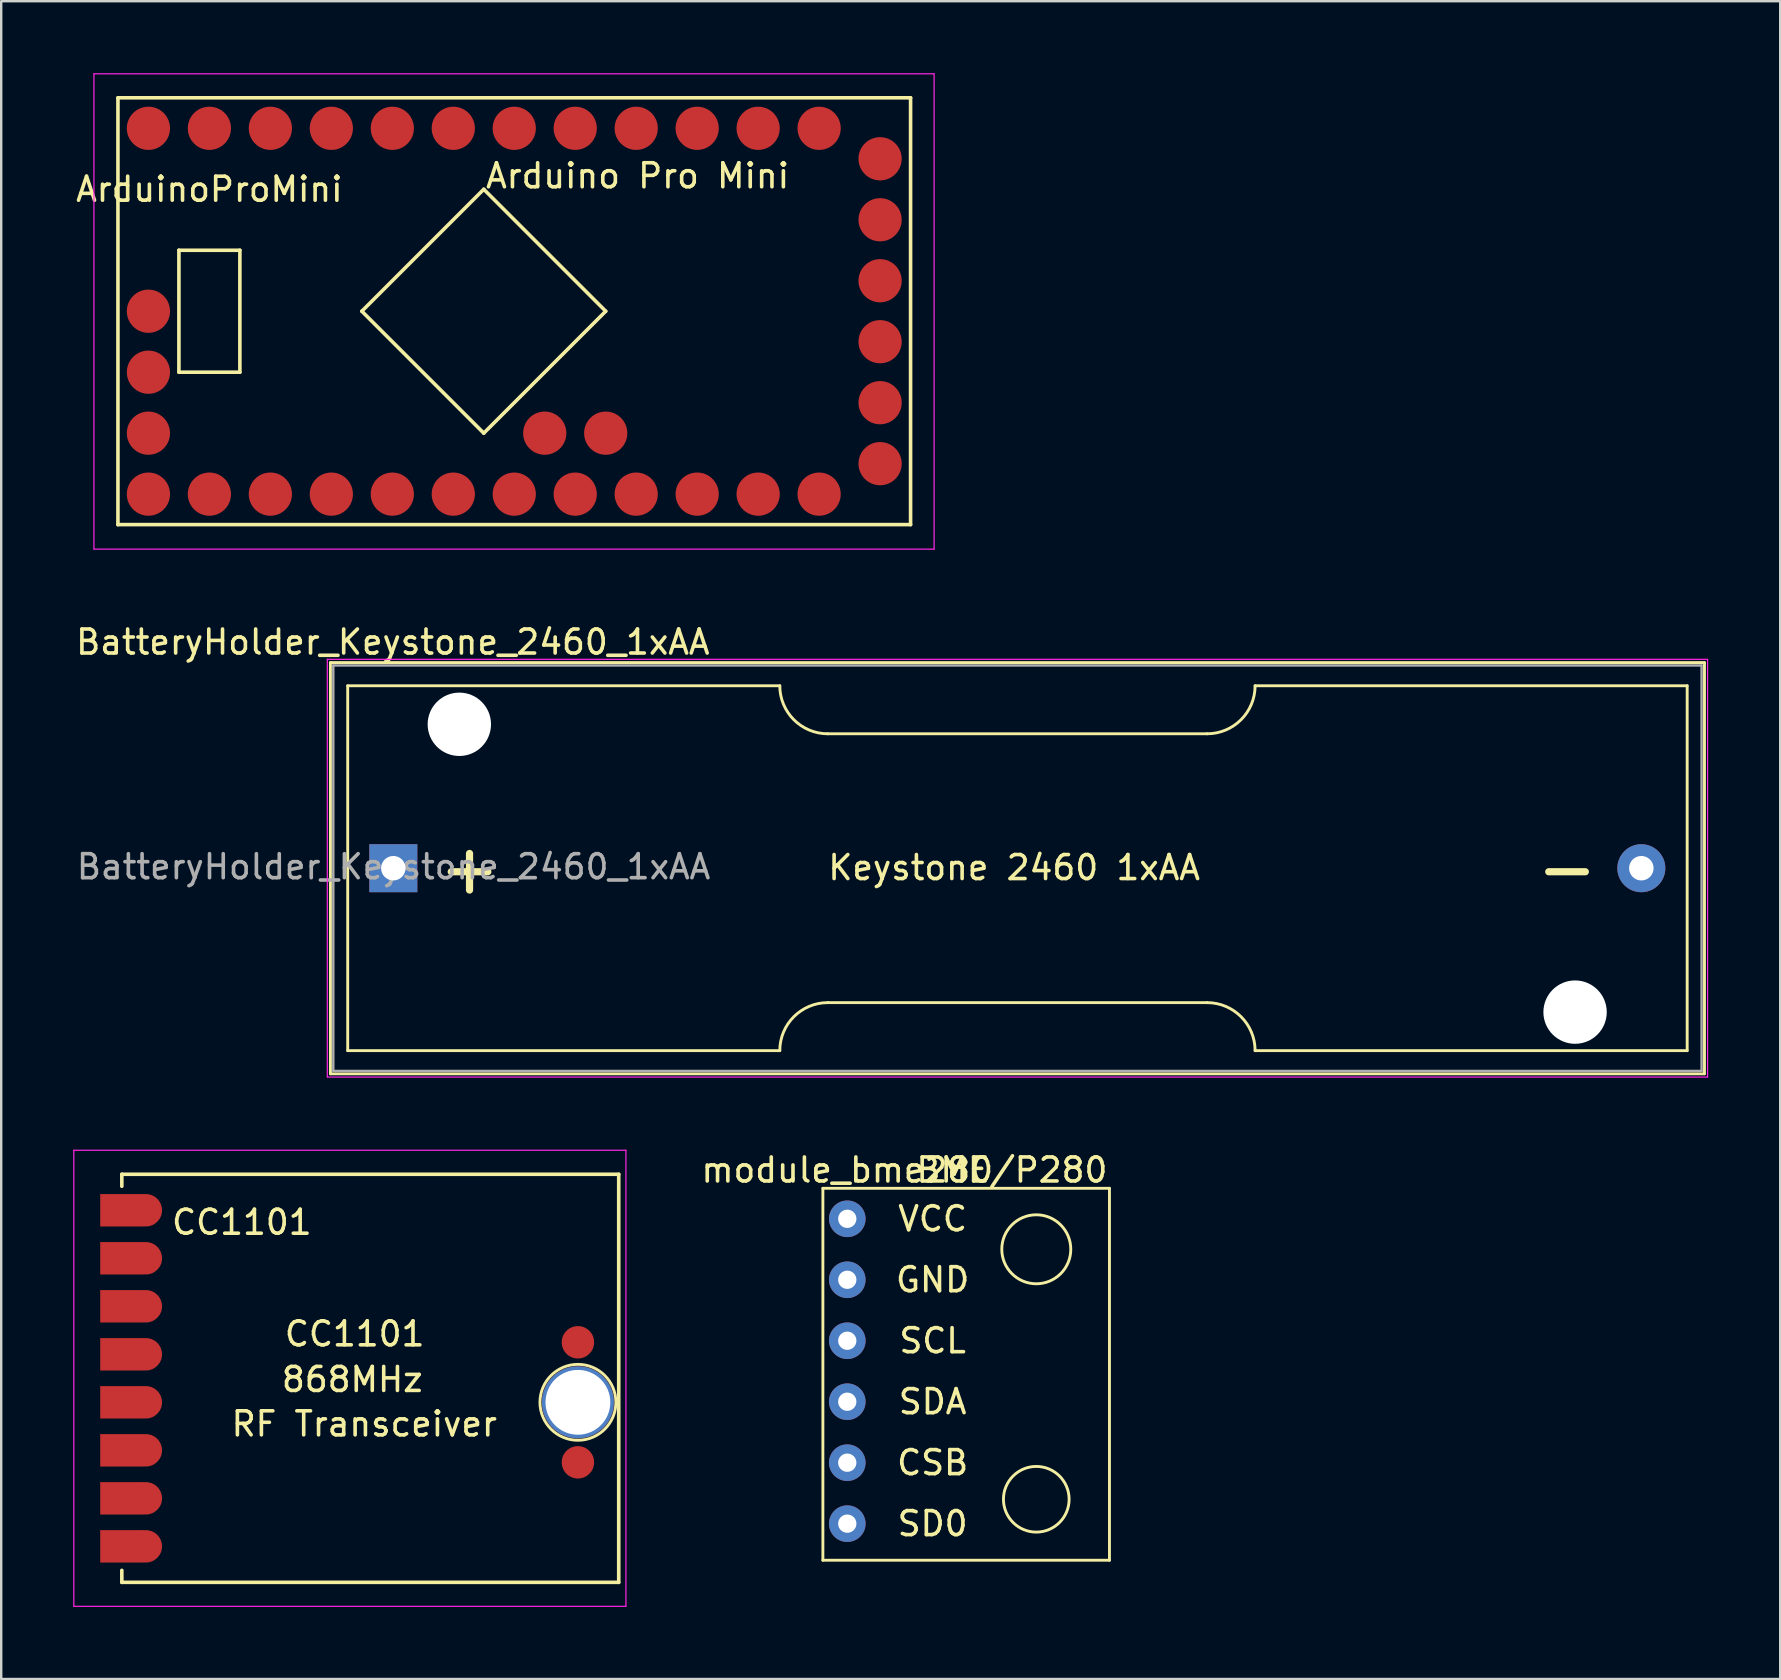
<source format=kicad_pcb>
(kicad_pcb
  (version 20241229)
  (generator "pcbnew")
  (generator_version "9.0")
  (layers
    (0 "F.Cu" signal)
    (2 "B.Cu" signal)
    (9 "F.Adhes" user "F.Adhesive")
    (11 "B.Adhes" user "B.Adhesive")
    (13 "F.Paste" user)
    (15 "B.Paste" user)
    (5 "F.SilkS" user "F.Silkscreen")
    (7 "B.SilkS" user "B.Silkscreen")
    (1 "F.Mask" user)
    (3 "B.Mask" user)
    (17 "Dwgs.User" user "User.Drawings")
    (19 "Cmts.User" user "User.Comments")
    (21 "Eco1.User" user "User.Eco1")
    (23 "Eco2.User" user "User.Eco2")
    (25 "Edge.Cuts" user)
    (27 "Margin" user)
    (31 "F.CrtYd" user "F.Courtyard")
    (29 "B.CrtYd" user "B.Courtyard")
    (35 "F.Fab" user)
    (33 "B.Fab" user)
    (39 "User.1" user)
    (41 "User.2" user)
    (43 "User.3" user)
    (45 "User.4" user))
  (footprint "CC1101"
    (layer "F.Cu")
    (at 0.525 45.868)
    (property "Reference" "CC1101" (at 6.5 2 0) (layer "F.SilkS") (effects (font (size 1 1) (thickness 0.15))))
    (attr through_hole)
    (fp_line (start 1.5 0) (end 1.5 0.5) (stroke (width 0.15) (type solid)) (layer "F.SilkS"))
    (fp_line (start 1.5 0) (end 22.2 0) (stroke (width 0.15) (type solid)) (layer "F.SilkS"))
    (fp_line (start 1.5 17) (end 1.5 16.5) (stroke (width 0.15) (type solid)) (layer "F.SilkS"))
    (fp_line (start 22.2 0) (end 22.2 17) (stroke (width 0.15) (type solid)) (layer "F.SilkS"))
    (fp_line (start 22.2 17) (end 1.5 17) (stroke (width 0.15) (type solid)) (layer "F.SilkS"))
    (fp_circle (center 20.5 9.5) (end 21.4 8.2) (stroke (width 0.12) (type solid)) (fill no) (layer "F.SilkS"))
    (fp_circle (center 20.5 9.5) (end 21.625 9.5) (stroke (width 0.15) (type solid)) (fill no) (layer "Cmts.User"))
    (fp_line (start -0.5 -1) (end 22.5 -1) (stroke (width 0.05) (type solid)) (layer "F.CrtYd"))
    (fp_line (start -0.5 18) (end -0.5 -1) (stroke (width 0.05) (type solid)) (layer "F.CrtYd"))
    (fp_line (start 22.5 -1) (end 22.5 18) (stroke (width 0.05) (type solid)) (layer "F.CrtYd"))
    (fp_line (start 22.5 18) (end -0.5 18) (stroke (width 0.05) (type solid)) (layer "F.CrtYd"))
    (fp_text user "868MHz" (at 11.1 8.55 0) (layer "F.SilkS") (effects (font (size 1 1) (thickness 0.15))))
    (fp_text user "RF Transceiver" (at 11.6 10.4 0) (layer "F.SilkS") (effects (font (size 1 1) (thickness 0.15))))
    (fp_text user "CC1101" (at 11.2 6.65 0) (layer "F.SilkS") (effects (font (size 1 1) (thickness 0.15))))
    (pad "1A" smd circle (at 20.5 7) (size 1.35 1.35) (layers "F.Cu" "F.Mask" "F.Paste"))
    (pad "1C" connect rect (at 1.5 1.5) (size 1.8 1.35) (layers "F.Cu" "F.Mask"))
    (pad "1C" smd circle (at 2.5 1.5) (size 1.35 1.35) (layers "F.Cu" "F.Mask" "F.Paste"))
    (pad "2A" thru_hole circle (at 20.5 9.5) (size 3 3) (drill 2.7) (layers "*.Cu" "*.Mask"))
    (pad "2C" connect rect (at 1.5 3.5) (size 1.8 1.35) (layers "F.Cu" "F.Mask"))
    (pad "2C" smd circle (at 2.5 3.5) (size 1.35 1.35) (layers "F.Cu" "F.Mask" "F.Paste"))
    (pad "3A" smd circle (at 20.5 12) (size 1.35 1.35) (layers "F.Cu" "F.Mask" "F.Paste"))
    (pad "3C" connect rect (at 1.5 5.5) (size 1.8 1.35) (layers "F.Cu" "F.Mask"))
    (pad "3C" smd circle (at 2.5 5.5) (size 1.35 1.35) (layers "F.Cu" "F.Mask" "F.Paste"))
    (pad "4C" connect rect (at 1.5 7.5) (size 1.8 1.35) (layers "F.Cu" "F.Mask"))
    (pad "4C" smd circle (at 2.5 7.5) (size 1.35 1.35) (layers "F.Cu" "F.Mask" "F.Paste"))
    (pad "5C" connect rect (at 1.5 9.5) (size 1.8 1.35) (layers "F.Cu" "F.Mask"))
    (pad "5C" smd circle (at 2.5 9.5) (size 1.35 1.35) (layers "F.Cu" "F.Mask" "F.Paste"))
    (pad "6C" connect rect (at 1.5 11.5) (size 1.8 1.35) (layers "F.Cu" "F.Mask"))
    (pad "6C" smd circle (at 2.5 11.5) (size 1.35 1.35) (layers "F.Cu" "F.Mask" "F.Paste"))
    (pad "7C" connect rect (at 1.5 13.5) (size 1.8 1.35) (layers "F.Cu" "F.Mask"))
    (pad "7C" smd circle (at 2.5 13.5) (size 1.35 1.35) (layers "F.Cu" "F.Mask" "F.Paste"))
    (pad "8C" connect rect (at 1.5 15.5) (size 1.8 1.35) (layers "F.Cu" "F.Mask"))
    (pad "8C" smd circle (at 2.5 15.5) (size 1.35 1.35) (layers "F.Cu" "F.Mask" "F.Paste")))
  (footprint "ArduinoProMini"
    (layer "F.Cu")
    (at 1.863 1.025)
    (property "Reference" "ArduinoProMini" (at 3.81 3.81 0) (layer "F.SilkS") (effects (font (size 1 1) (thickness 0.15))))
    (attr through_hole)
    (fp_line (start 0 0) (end 0 17.78) (stroke (width 0.15) (type solid)) (layer "F.SilkS"))
    (fp_line (start 0 17.78) (end 33.02 17.78) (stroke (width 0.15) (type solid)) (layer "F.SilkS"))
    (fp_line (start 2.54 6.35) (end 2.54 11.43) (stroke (width 0.15) (type solid)) (layer "F.SilkS"))
    (fp_line (start 2.54 11.43) (end 5.08 11.43) (stroke (width 0.15) (type solid)) (layer "F.SilkS"))
    (fp_line (start 5.08 6.35) (end 2.54 6.35) (stroke (width 0.15) (type solid)) (layer "F.SilkS"))
    (fp_line (start 5.08 11.43) (end 5.08 6.35) (stroke (width 0.15) (type solid)) (layer "F.SilkS"))
    (fp_line (start 10.16 8.89) (end 15.24 13.97) (stroke (width 0.15) (type solid)) (layer "F.SilkS"))
    (fp_line (start 15.24 3.81) (end 10.16 8.89) (stroke (width 0.15) (type solid)) (layer "F.SilkS"))
    (fp_line (start 15.24 13.97) (end 20.32 8.89) (stroke (width 0.15) (type solid)) (layer "F.SilkS"))
    (fp_line (start 20.32 8.89) (end 15.24 3.81) (stroke (width 0.15) (type solid)) (layer "F.SilkS"))
    (fp_line (start 33.02 0) (end 0 0) (stroke (width 0.15) (type solid)) (layer "F.SilkS"))
    (fp_line (start 33.02 17.78) (end 33.02 0) (stroke (width 0.15) (type solid)) (layer "F.SilkS"))
    (fp_line (start -1 -1) (end 34 -1) (stroke (width 0.05) (type solid)) (layer "F.CrtYd"))
    (fp_line (start -1 18.8) (end -1 -1) (stroke (width 0.05) (type solid)) (layer "F.CrtYd"))
    (fp_line (start 34 -1) (end 34 18.8) (stroke (width 0.05) (type solid)) (layer "F.CrtYd"))
    (fp_line (start 34 18.8) (end -1 18.8) (stroke (width 0.05) (type solid)) (layer "F.CrtYd"))
    (fp_text user "Arduino Pro Mini" (at 21.65 3.25 0) (layer "F.SilkS") (effects (font (size 1 1) (thickness 0.15))))
    (pad "1A" smd circle (at 29.21 16.51) (size 1.8 1.8) (layers "F.Cu" "F.Mask" "F.Paste"))
    (pad "1B" smd circle (at 1.27 8.89) (size 1.8 1.8) (layers "F.Cu" "F.Mask" "F.Paste"))
    (pad "1C" smd circle (at 29.21 1.27) (size 1.8 1.8) (layers "F.Cu" "F.Mask" "F.Paste"))
    (pad "1D" smd circle (at 31.75 2.54) (size 1.8 1.8) (layers "F.Cu" "F.Mask" "F.Paste"))
    (pad "1E" smd circle (at 20.32 13.97) (size 1.8 1.8) (layers "F.Cu" "F.Mask" "F.Paste"))
    (pad "2A" smd circle (at 26.67 16.51) (size 1.8 1.8) (layers "F.Cu" "F.Mask" "F.Paste"))
    (pad "2B" smd circle (at 1.27 11.43) (size 1.8 1.8) (layers "F.Cu" "F.Mask" "F.Paste"))
    (pad "2C" smd circle (at 26.67 1.27) (size 1.8 1.8) (layers "F.Cu" "F.Mask" "F.Paste"))
    (pad "2D" smd circle (at 31.75 5.08) (size 1.8 1.8) (layers "F.Cu" "F.Mask" "F.Paste"))
    (pad "2E" smd circle (at 17.78 13.97) (size 1.8 1.8) (layers "F.Cu" "F.Mask" "F.Paste"))
    (pad "3A" smd circle (at 24.13 16.51) (size 1.8 1.8) (layers "F.Cu" "F.Mask" "F.Paste"))
    (pad "3B" smd circle (at 1.27 13.97) (size 1.8 1.8) (layers "F.Cu" "F.Mask" "F.Paste"))
    (pad "3C" smd circle (at 24.13 1.27) (size 1.8 1.8) (layers "F.Cu" "F.Mask" "F.Paste"))
    (pad "3D" smd circle (at 31.75 7.62) (size 1.8 1.8) (layers "F.Cu" "F.Mask" "F.Paste"))
    (pad "4A" smd circle (at 21.59 16.51) (size 1.8 1.8) (layers "F.Cu" "F.Mask" "F.Paste"))
    (pad "4C" smd circle (at 21.59 1.27) (size 1.8 1.8) (layers "F.Cu" "F.Mask" "F.Paste"))
    (pad "4D" smd circle (at 31.75 10.16) (size 1.8 1.8) (layers "F.Cu" "F.Mask" "F.Paste"))
    (pad "5A" smd circle (at 19.05 16.51) (size 1.8 1.8) (layers "F.Cu" "F.Mask" "F.Paste"))
    (pad "5C" smd circle (at 19.05 1.27) (size 1.8 1.8) (layers "F.Cu" "F.Mask" "F.Paste"))
    (pad "5D" smd circle (at 31.75 12.7) (size 1.8 1.8) (layers "F.Cu" "F.Mask" "F.Paste"))
    (pad "6A" smd circle (at 16.51 16.51) (size 1.8 1.8) (layers "F.Cu" "F.Mask" "F.Paste"))
    (pad "6C" smd circle (at 16.51 1.27) (size 1.8 1.8) (layers "F.Cu" "F.Mask" "F.Paste"))
    (pad "6D" smd circle (at 31.75 15.24) (size 1.8 1.8) (layers "F.Cu" "F.Mask" "F.Paste"))
    (pad "7A" smd circle (at 13.97 16.51) (size 1.8 1.8) (layers "F.Cu" "F.Mask" "F.Paste"))
    (pad "7C" smd circle (at 13.97 1.27) (size 1.8 1.8) (layers "F.Cu" "F.Mask" "F.Paste"))
    (pad "8A" smd circle (at 11.43 16.51) (size 1.8 1.8) (layers "F.Cu" "F.Mask" "F.Paste"))
    (pad "8C" smd circle (at 11.43 1.27) (size 1.8 1.8) (layers "F.Cu" "F.Mask" "F.Paste"))
    (pad "9A" smd circle (at 8.89 16.51) (size 1.8 1.8) (layers "F.Cu" "F.Mask" "F.Paste"))
    (pad "9C" smd circle (at 8.89 1.27) (size 1.8 1.8) (layers "F.Cu" "F.Mask" "F.Paste"))
    (pad "10A" smd circle (at 6.35 16.51) (size 1.8 1.8) (layers "F.Cu" "F.Mask" "F.Paste"))
    (pad "10C" smd circle (at 6.35 1.27) (size 1.8 1.8) (layers "F.Cu" "F.Mask" "F.Paste"))
    (pad "11A" smd circle (at 3.81 16.51) (size 1.8 1.8) (layers "F.Cu" "F.Mask" "F.Paste"))
    (pad "11C" smd circle (at 3.81 1.27) (size 1.8 1.8) (layers "F.Cu" "F.Mask" "F.Paste"))
    (pad "12A" smd circle (at 1.27 16.51) (size 1.8 1.8) (layers "F.Cu" "F.Mask" "F.Paste"))
    (pad "12C" smd circle (at 1.27 1.27) (size 1.8 1.8) (layers "F.Cu" "F.Mask" "F.Paste")))
  (footprint "module_bme280"
    (layer "F.Cu")
    (at 37.326 60.169)
    (property "Reference" "module_bme280" (at -5.08 -14.478 0) (layer "F.SilkS") (effects (font (size 1 1) (thickness 0.15))))
    (attr through_hole)
    (fp_line (start -6.096 -13.716) (end -6.096 1.778) (stroke (width 0.12) (type solid)) (layer "F.SilkS"))
    (fp_line (start -6.096 1.778) (end 5.842 1.778) (stroke (width 0.12) (type solid)) (layer "F.SilkS"))
    (fp_line (start 5.842 -13.716) (end -6.096 -13.716) (stroke (width 0.12) (type solid)) (layer "F.SilkS"))
    (fp_line (start 5.842 1.778) (end 5.842 -13.716) (stroke (width 0.12) (type solid)) (layer "F.SilkS"))
    (fp_circle (center 2.794 -11.176) (end 3.81 -10.16) (stroke (width 0.12) (type solid)) (fill no) (layer "F.SilkS"))
    (fp_circle (center 2.794 -0.762) (end 3.302 0.508) (stroke (width 0.12) (type solid)) (fill no) (layer "F.SilkS"))
    (fp_text user "CSB" (at -1.524 -2.286 0) (layer "F.SilkS") (effects (font (size 1 1) (thickness 0.15))))
    (fp_text user "VCC" (at -1.524 -12.446 0) (layer "F.SilkS") (effects (font (size 1 1) (thickness 0.15))))
    (fp_text user "SD0" (at -1.524 0.254 0) (layer "F.SilkS") (effects (font (size 1 1) (thickness 0.15))))
    (fp_text user "BME/P280" (at 1.778 -14.478 0) (layer "F.SilkS") (effects (font (size 1 1) (thickness 0.15))))
    (fp_text user "SDA" (at -1.524 -4.826 0) (layer "F.SilkS") (effects (font (size 1 1) (thickness 0.15))))
    (fp_text user "GND" (at -1.524 -9.906 0) (layer "F.SilkS") (effects (font (size 1 1) (thickness 0.15))))
    (fp_text user "SCL" (at -1.524 -7.366 0) (layer "F.SilkS") (effects (font (size 1 1) (thickness 0.15))))
    (pad "1" thru_hole circle (at -5.08 -12.446) (size 1.524 1.524) (drill 0.762) (layers "*.Cu" "*.Mask"))
    (pad "2" thru_hole circle (at -5.08 -9.906) (size 1.524 1.524) (drill 0.762) (layers "*.Cu" "*.Mask"))
    (pad "3" thru_hole circle (at -5.08 -7.366) (size 1.524 1.524) (drill 0.762) (layers "*.Cu" "*.Mask"))
    (pad "4" thru_hole circle (at -5.08 -4.826) (size 1.524 1.524) (drill 0.762) (layers "*.Cu" "*.Mask"))
    (pad "5" thru_hole circle (at -5.08 -2.286) (size 1.524 1.524) (drill 0.762) (layers "*.Cu" "*.Mask"))
    (pad "6" thru_hole circle (at -5.08 0.254) (size 1.524 1.524) (drill 0.762) (layers "*.Cu" "*.Mask")))
  (footprint "BatteryHolder_Keystone_2460_1xAA"
    (layer "F.Cu")
    (at 13.335 33.118)
    (property "Reference" "BatteryHolder_Keystone_2460_1xAA" (at -0.02 -9.42 180) (layer "F.SilkS") (effects (font (size 1 1) (thickness 0.15))))
    (attr through_hole)
    (fp_line (start -2.62 -8.565) (end 54.62 -8.565) (stroke (width 0.12) (type solid)) (layer "F.SilkS"))
    (fp_line (start -2.62 8.565) (end -2.62 -8.565) (stroke (width 0.12) (type solid)) (layer "F.SilkS"))
    (fp_line (start -1.9 -7.6) (end -1.9 7.6) (stroke (width 0.12) (type solid)) (layer "F.SilkS"))
    (fp_line (start -1.9 -7.6) (end 16.1 -7.6) (stroke (width 0.12) (type solid)) (layer "F.SilkS"))
    (fp_line (start -1.9 7.6) (end 16.1 7.6) (stroke (width 0.12) (type solid)) (layer "F.SilkS"))
    (fp_line (start 18.1 -5.6) (end 33.9 -5.6) (stroke (width 0.12) (type solid)) (layer "F.SilkS"))
    (fp_line (start 33.9 5.6) (end 18.1 5.6) (stroke (width 0.12) (type solid)) (layer "F.SilkS"))
    (fp_line (start 35.9 -7.6) (end 53.9 -7.6) (stroke (width 0.12) (type solid)) (layer "F.SilkS"))
    (fp_line (start 35.9 7.6) (end 53.9 7.6) (stroke (width 0.12) (type solid)) (layer "F.SilkS"))
    (fp_line (start 53.9 -7.6) (end 53.9 7.6) (stroke (width 0.12) (type solid)) (layer "F.SilkS"))
    (fp_line (start 54.62 -8.565) (end 54.62 8.565) (stroke (width 0.12) (type solid)) (layer "F.SilkS"))
    (fp_line (start 54.62 8.565) (end -2.62 8.565) (stroke (width 0.12) (type solid)) (layer "F.SilkS"))
    (fp_arc (start 16.1 7.6) (mid 16.685786 6.185786) (end 18.1 5.6) (stroke (width 0.12) (type solid)) (layer "F.SilkS"))
    (fp_arc (start 18.1 -5.6) (mid 16.685786 -6.185786) (end 16.1 -7.6) (stroke (width 0.12) (type solid)) (layer "F.SilkS"))
    (fp_arc (start 33.9 5.6) (mid 35.314214 6.185786) (end 35.9 7.6) (stroke (width 0.12) (type solid)) (layer "F.SilkS"))
    (fp_arc (start 35.9 -7.6) (mid 35.314214 -6.185786) (end 33.9 -5.6) (stroke (width 0.12) (type solid)) (layer "F.SilkS"))
    (fp_line (start -2.75 -8.7) (end 54.75 -8.7) (stroke (width 0.05) (type solid)) (layer "F.CrtYd"))
    (fp_line (start -2.75 8.7) (end -2.75 -8.7) (stroke (width 0.05) (type solid)) (layer "F.CrtYd"))
    (fp_line (start 54.75 -8.7) (end 54.75 8.7) (stroke (width 0.05) (type solid)) (layer "F.CrtYd"))
    (fp_line (start 54.75 8.7) (end -2.75 8.7) (stroke (width 0.05) (type solid)) (layer "F.CrtYd"))
    (fp_line (start -2.5 -8.445) (end -2.5 8.445) (stroke (width 0.1) (type solid)) (layer "F.Fab"))
    (fp_line (start -2.5 8.445) (end 54.5 8.445) (stroke (width 0.1) (type solid)) (layer "F.Fab"))
    (fp_line (start 54.5 -8.445) (end -2.5 -8.445) (stroke (width 0.1) (type solid)) (layer "F.Fab"))
    (fp_line (start 54.5 8.445) (end 54.5 -8.445) (stroke (width 0.1) (type solid)) (layer "F.Fab"))
    (fp_text user "-" (at 48.895 0 0) (layer "F.SilkS") (effects (font (size 2 2) (thickness 0.3))))
    (fp_text user "Keystone 2460 1xAA" (at 25.862 -0.025 0) (layer "F.SilkS") (effects (font (size 1 1) (thickness 0.15))))
    (fp_text user "+" (at 3.175 0 0) (layer "F.SilkS") (effects (font (size 2 2) (thickness 0.3))))
    (fp_text user "${REFERENCE}" (at 0.01 -0.06 0) (layer "F.Fab") (effects (font (size 1 1) (thickness 0.15))))
    (pad "" np_thru_hole circle (at 2.75 -5.995 90) (size 2.64 2.64) (drill 2.64) (layers "*.Cu" "*.Mask"))
    (pad "" np_thru_hole circle (at 49.23 5.995) (size 2.64 2.64) (drill 2.64) (layers "*.Cu" "*.Mask"))
    (pad "1" thru_hole rect (at 0 0 180) (size 2 2) (drill 1.02) (layers "*.Cu" "*.Mask"))
    (pad "2" thru_hole circle (at 51.99 0 180) (size 2 2) (drill 1.02) (layers "*.Cu" "*.Mask")))
  (gr_rect
    (start -3 -3)
    (end 71.11 66.893)
    (stroke (width 0.1) (type default))
    (fill no)
    (layer "Edge.Cuts")))
</source>
